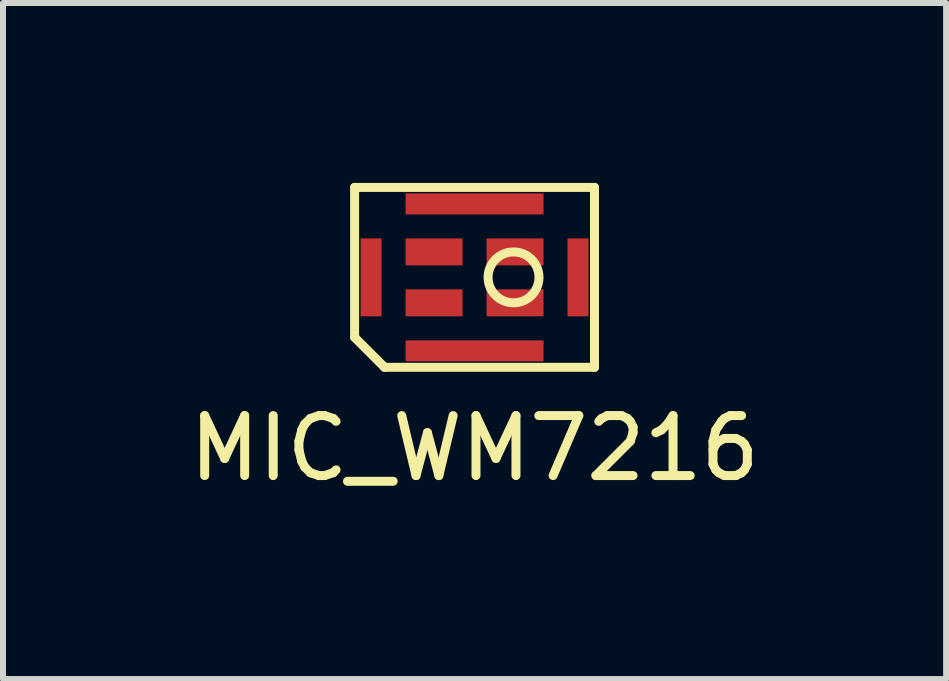
<source format=kicad_pcb>
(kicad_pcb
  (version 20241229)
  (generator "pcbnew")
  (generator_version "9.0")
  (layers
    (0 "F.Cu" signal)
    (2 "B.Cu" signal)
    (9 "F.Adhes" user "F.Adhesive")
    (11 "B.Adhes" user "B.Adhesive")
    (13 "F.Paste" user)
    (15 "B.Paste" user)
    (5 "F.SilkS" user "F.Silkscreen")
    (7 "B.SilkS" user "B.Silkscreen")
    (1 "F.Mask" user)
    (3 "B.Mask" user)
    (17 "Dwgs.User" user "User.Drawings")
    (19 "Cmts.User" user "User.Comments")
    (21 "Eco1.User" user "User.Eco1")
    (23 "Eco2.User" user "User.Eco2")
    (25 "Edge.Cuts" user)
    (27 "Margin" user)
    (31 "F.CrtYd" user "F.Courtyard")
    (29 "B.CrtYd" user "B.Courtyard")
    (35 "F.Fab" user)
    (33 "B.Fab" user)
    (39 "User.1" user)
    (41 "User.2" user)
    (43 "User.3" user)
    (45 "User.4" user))
  (footprint "MIC_WM7216"
    (layer "F.Cu")
    (at 4.863 1.575)
    (property "Reference" "MIC_WM7216" (at 0 2.85 0) (layer "F.SilkS") (effects (font (size 1 1) (thickness 0.15))))
    (attr through_hole)
    (fp_line (start -2 -1.5) (end 2 -1.5) (stroke (width 0.15) (type solid)) (layer "F.SilkS"))
    (fp_line (start -2 1) (end -2 -1.5) (stroke (width 0.15) (type solid)) (layer "F.SilkS"))
    (fp_line (start -2 1) (end -1.5 1.5) (stroke (width 0.15) (type solid)) (layer "F.SilkS"))
    (fp_line (start 2 -1.5) (end 2 1.5) (stroke (width 0.15) (type solid)) (layer "F.SilkS"))
    (fp_line (start 2 1.5) (end -1.5 1.5) (stroke (width 0.15) (type solid)) (layer "F.SilkS"))
    (fp_circle (center 0.65 0) (end 0.95 -0.3) (stroke (width 0.15) (type solid)) (fill no) (layer "F.SilkS"))
    (pad "" smd rect (at -1.725 -0.4) (size 0.35 0.5) (layers "F.Paste"))
    (pad "" smd rect (at -1.725 0.4) (size 0.35 0.5) (layers "F.Paste"))
    (pad "" smd rect (at -0.975 -0.425) (size 0.35 0.45) (layers "F.Paste"))
    (pad "" smd rect (at -0.975 0.425) (size 0.35 0.45) (layers "F.Paste"))
    (pad "" smd rect (at -0.675 -1.225) (size 0.95 0.35) (layers "F.Paste"))
    (pad "" smd rect (at -0.675 1.225) (size 0.95 0.35) (layers "F.Paste"))
    (pad "" smd rect (at -0.375 -0.425) (size 0.35 0.45) (layers "F.Paste"))
    (pad "" smd rect (at -0.375 0.425) (size 0.35 0.45) (layers "F.Paste"))
    (pad "" smd rect (at 0.375 -0.425) (size 0.35 0.45) (layers "F.Paste"))
    (pad "" smd rect (at 0.375 0.425) (size 0.35 0.45) (layers "F.Paste"))
    (pad "" smd rect (at 0.675 -1.225) (size 0.95 0.35) (layers "F.Paste"))
    (pad "" smd rect (at 0.675 1.225) (size 0.95 0.35) (layers "F.Paste"))
    (pad "" smd rect (at 0.975 -0.425) (size 0.35 0.45) (layers "F.Paste"))
    (pad "" smd rect (at 0.975 0.425) (size 0.35 0.45) (layers "F.Paste"))
    (pad "" smd rect (at 1.725 -0.4) (size 0.35 0.5) (layers "F.Paste"))
    (pad "" smd rect (at 1.725 0.4) (size 0.35 0.5) (layers "F.Paste"))
    (pad "1" smd rect (at -0.675 0.425) (size 0.95 0.45) (layers "F.Cu" "F.Mask"))
    (pad "2" smd rect (at 0.675 0.425) (size 0.95 0.45) (layers "F.Cu" "F.Mask"))
    (pad "3" smd rect (at 0.675 -0.425) (size 0.95 0.45) (layers "F.Cu" "F.Mask"))
    (pad "4" smd rect (at -0.675 -0.425) (size 0.95 0.45) (layers "F.Cu" "F.Mask"))
    (pad "5" smd rect (at -1.725 0) (size 0.35 1.3) (layers "F.Cu" "F.Mask"))
    (pad "5" smd rect (at 0 -1.225) (size 2.3 0.35) (layers "F.Cu" "F.Mask"))
    (pad "5" smd rect (at 0 1.225) (size 2.3 0.35) (layers "F.Cu" "F.Mask"))
    (pad "5" smd rect (at 1.725 0) (size 0.35 1.3) (layers "F.Cu" "F.Mask")))
  (gr_rect
    (start -3 -3)
    (end 12.726 8.273)
    (stroke (width 0.1) (type default))
    (fill no)
    (layer "Edge.Cuts")))
</source>
